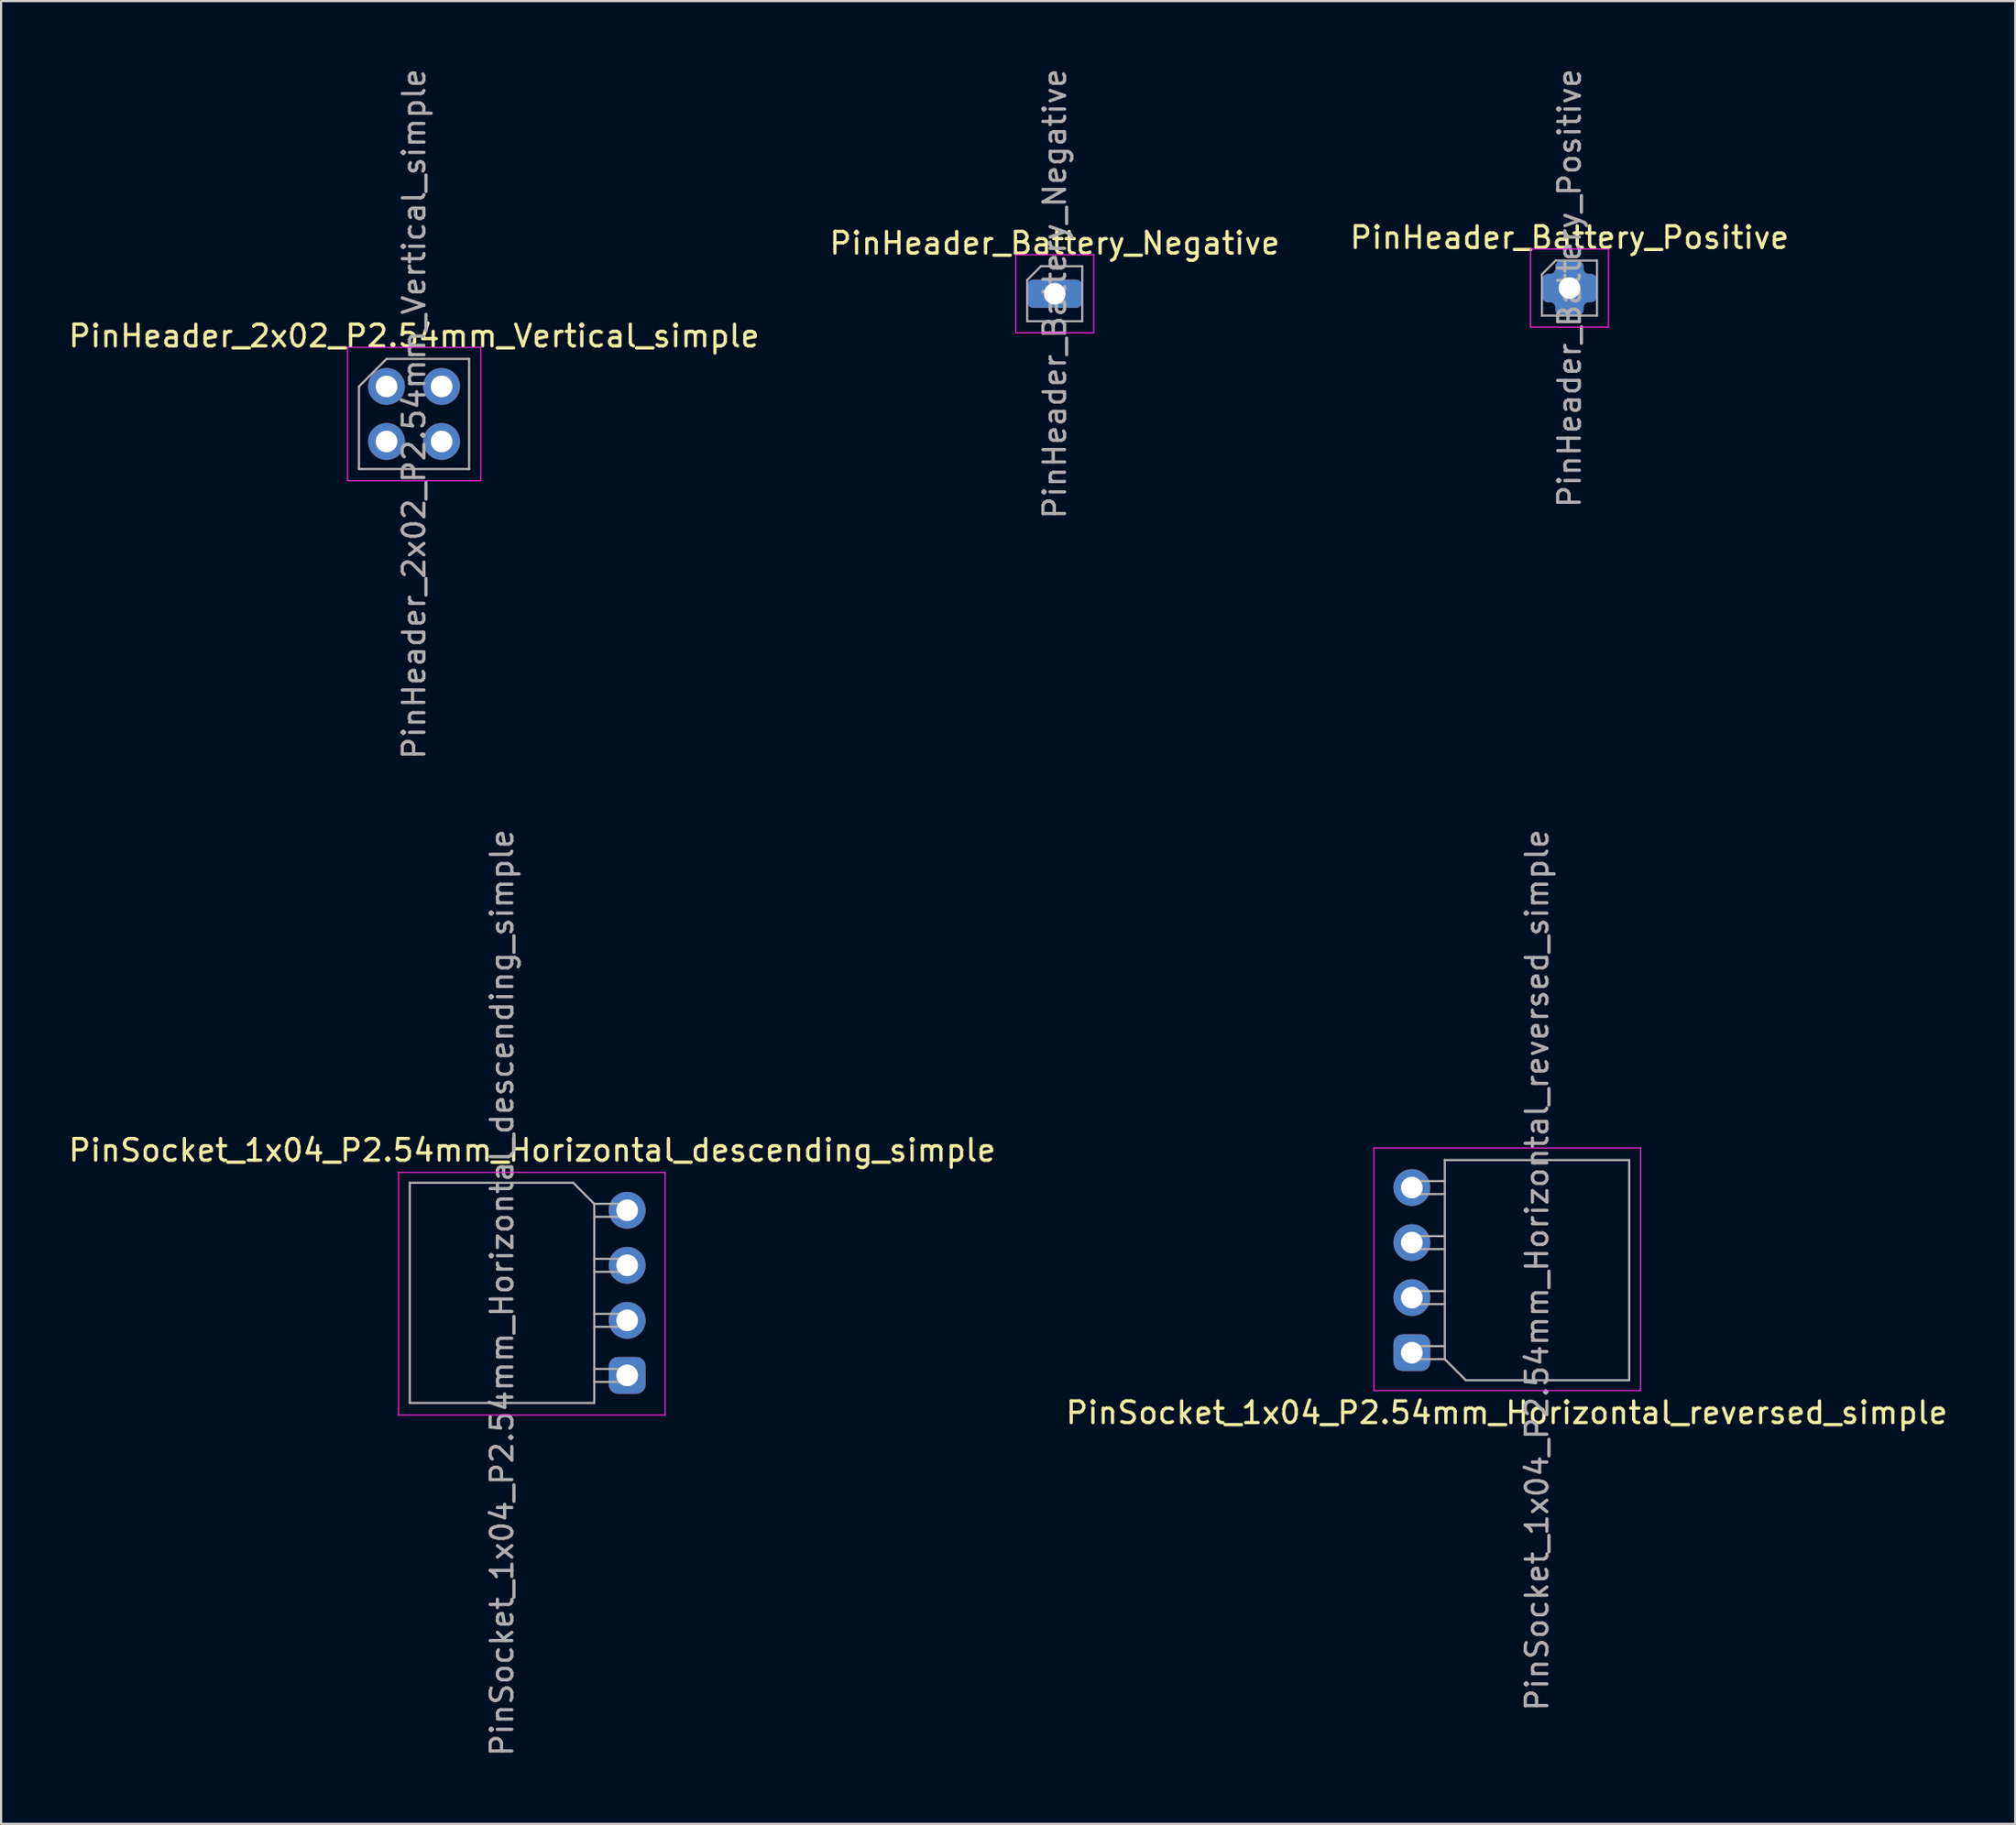
<source format=kicad_pcb>
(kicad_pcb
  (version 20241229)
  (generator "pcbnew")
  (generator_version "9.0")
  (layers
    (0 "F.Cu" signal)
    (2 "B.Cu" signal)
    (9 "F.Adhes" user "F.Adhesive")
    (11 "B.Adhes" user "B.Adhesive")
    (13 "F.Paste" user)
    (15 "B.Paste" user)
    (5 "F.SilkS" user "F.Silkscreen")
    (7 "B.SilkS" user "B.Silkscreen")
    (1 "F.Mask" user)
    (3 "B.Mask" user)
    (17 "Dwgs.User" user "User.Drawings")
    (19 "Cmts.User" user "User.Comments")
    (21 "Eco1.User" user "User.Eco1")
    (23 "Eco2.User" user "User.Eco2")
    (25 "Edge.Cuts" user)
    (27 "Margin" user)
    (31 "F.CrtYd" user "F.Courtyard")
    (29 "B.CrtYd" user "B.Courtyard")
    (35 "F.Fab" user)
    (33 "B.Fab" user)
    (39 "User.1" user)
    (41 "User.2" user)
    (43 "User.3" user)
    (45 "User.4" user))
  (footprint "PinSocket_1x04_P2.54mm_Horizontal_descending_simple"
    (layer "F.Cu")
    (at 25.886 52.803)
    (property "Reference" "PinSocket_1x04_P2.54mm_Horizontal_descending_simple" (at -4.38 -2.77 0) (layer "F.SilkS") (effects (font (size 1 1) (thickness 0.15))))
    (attr through_hole)
    (fp_line (start -10.55 -1.75) (end -10.55 9.45) (stroke (width 0.05) (type solid)) (layer "F.CrtYd"))
    (fp_line (start -10.55 9.45) (end 1.75 9.45) (stroke (width 0.05) (type solid)) (layer "F.CrtYd"))
    (fp_line (start 1.75 -1.75) (end -10.55 -1.75) (stroke (width 0.05) (type solid)) (layer "F.CrtYd"))
    (fp_line (start 1.75 9.45) (end 1.75 -1.75) (stroke (width 0.05) (type solid)) (layer "F.CrtYd"))
    (fp_line (start -10.03 -1.27) (end -2.49 -1.27) (stroke (width 0.1) (type solid)) (layer "F.Fab"))
    (fp_line (start -10.03 8.89) (end -10.03 -1.27) (stroke (width 0.1) (type solid)) (layer "F.Fab"))
    (fp_line (start -2.49 -1.27) (end -1.52 -0.3) (stroke (width 0.1) (type solid)) (layer "F.Fab"))
    (fp_line (start -1.52 -0.3) (end -1.52 8.89) (stroke (width 0.1) (type solid)) (layer "F.Fab"))
    (fp_line (start -1.52 0.3) (end 0 0.3) (stroke (width 0.1) (type solid)) (layer "F.Fab"))
    (fp_line (start -1.52 2.84) (end 0 2.84) (stroke (width 0.1) (type solid)) (layer "F.Fab"))
    (fp_line (start -1.52 5.38) (end 0 5.38) (stroke (width 0.1) (type solid)) (layer "F.Fab"))
    (fp_line (start -1.52 7.92) (end 0 7.92) (stroke (width 0.1) (type solid)) (layer "F.Fab"))
    (fp_line (start -1.52 8.89) (end -10.03 8.89) (stroke (width 0.1) (type solid)) (layer "F.Fab"))
    (fp_line (start 0 -0.3) (end -1.52 -0.3) (stroke (width 0.1) (type solid)) (layer "F.Fab"))
    (fp_line (start 0 0.3) (end 0 -0.3) (stroke (width 0.1) (type solid)) (layer "F.Fab"))
    (fp_line (start 0 2.24) (end -1.52 2.24) (stroke (width 0.1) (type solid)) (layer "F.Fab"))
    (fp_line (start 0 2.84) (end 0 2.24) (stroke (width 0.1) (type solid)) (layer "F.Fab"))
    (fp_line (start 0 4.78) (end -1.52 4.78) (stroke (width 0.1) (type solid)) (layer "F.Fab"))
    (fp_line (start 0 5.38) (end 0 4.78) (stroke (width 0.1) (type solid)) (layer "F.Fab"))
    (fp_line (start 0 7.32) (end -1.52 7.32) (stroke (width 0.1) (type solid)) (layer "F.Fab"))
    (fp_line (start 0 7.92) (end 0 7.32) (stroke (width 0.1) (type solid)) (layer "F.Fab"))
    (fp_text user "${REFERENCE}" (at -5.775 3.81 90) (layer "F.Fab") (effects (font (size 1 1) (thickness 0.15))))
    (pad "1" thru_hole roundrect (at 0 7.62) (size 1.7 1.7) (drill 1) (layers "*.Cu" "*.Mask") (roundrect_rratio 0.25))
    (pad "2" thru_hole oval (at 0 5.08) (size 1.7 1.7) (drill 1) (layers "*.Cu" "*.Mask"))
    (pad "3" thru_hole oval (at 0 2.54) (size 1.7 1.7) (drill 1) (layers "*.Cu" "*.Mask"))
    (pad "4" thru_hole oval (at 0 0) (size 1.7 1.7) (drill 1) (layers "*.Cu" "*.Mask")))
  (footprint "PinSocket_1x04_P2.54mm_Horizontal_reversed_simple"
    (layer "F.Cu")
    (at 62.09 59.375)
    (property "Reference" "PinSocket_1x04_P2.54mm_Horizontal_reversed_simple" (at 4.38 2.77 180) (layer "F.SilkS") (effects (font (size 1 1) (thickness 0.15))))
    (attr through_hole)
    (fp_line (start -1.75 -9.45) (end -1.75 1.75) (stroke (width 0.05) (type solid)) (layer "F.CrtYd"))
    (fp_line (start -1.75 1.75) (end 10.55 1.75) (stroke (width 0.05) (type solid)) (layer "F.CrtYd"))
    (fp_line (start 10.55 -9.45) (end -1.75 -9.45) (stroke (width 0.05) (type solid)) (layer "F.CrtYd"))
    (fp_line (start 10.55 1.75) (end 10.55 -9.45) (stroke (width 0.05) (type solid)) (layer "F.CrtYd"))
    (fp_line (start 0 -7.92) (end 0 -7.32) (stroke (width 0.1) (type solid)) (layer "F.Fab"))
    (fp_line (start 0 -7.32) (end 1.52 -7.32) (stroke (width 0.1) (type solid)) (layer "F.Fab"))
    (fp_line (start 0 -5.38) (end 0 -4.78) (stroke (width 0.1) (type solid)) (layer "F.Fab"))
    (fp_line (start 0 -4.78) (end 1.52 -4.78) (stroke (width 0.1) (type solid)) (layer "F.Fab"))
    (fp_line (start 0 -2.84) (end 0 -2.24) (stroke (width 0.1) (type solid)) (layer "F.Fab"))
    (fp_line (start 0 -2.24) (end 1.52 -2.24) (stroke (width 0.1) (type solid)) (layer "F.Fab"))
    (fp_line (start 0 -0.3) (end 0 0.3) (stroke (width 0.1) (type solid)) (layer "F.Fab"))
    (fp_line (start 0 0.3) (end 1.52 0.3) (stroke (width 0.1) (type solid)) (layer "F.Fab"))
    (fp_line (start 1.52 -8.89) (end 10.03 -8.89) (stroke (width 0.1) (type solid)) (layer "F.Fab"))
    (fp_line (start 1.52 -7.92) (end 0 -7.92) (stroke (width 0.1) (type solid)) (layer "F.Fab"))
    (fp_line (start 1.52 -5.38) (end 0 -5.38) (stroke (width 0.1) (type solid)) (layer "F.Fab"))
    (fp_line (start 1.52 -2.84) (end 0 -2.84) (stroke (width 0.1) (type solid)) (layer "F.Fab"))
    (fp_line (start 1.52 -0.3) (end 0 -0.3) (stroke (width 0.1) (type solid)) (layer "F.Fab"))
    (fp_line (start 1.52 0.3) (end 1.52 -8.89) (stroke (width 0.1) (type solid)) (layer "F.Fab"))
    (fp_line (start 2.49 1.27) (end 1.52 0.3) (stroke (width 0.1) (type solid)) (layer "F.Fab"))
    (fp_line (start 10.03 -8.89) (end 10.03 1.27) (stroke (width 0.1) (type solid)) (layer "F.Fab"))
    (fp_line (start 10.03 1.27) (end 2.49 1.27) (stroke (width 0.1) (type solid)) (layer "F.Fab"))
    (fp_text user "${REFERENCE}" (at 5.775 -3.81 270) (layer "F.Fab") (effects (font (size 1 1) (thickness 0.15))))
    (pad "1" thru_hole roundrect (at 0 0 180) (size 1.7 1.7) (drill 1) (layers "*.Cu" "*.Mask") (roundrect_rratio 0.25))
    (pad "2" thru_hole oval (at 0 -2.54 180) (size 1.7 1.7) (drill 1) (layers "*.Cu" "*.Mask"))
    (pad "3" thru_hole oval (at 0 -5.08 180) (size 1.7 1.7) (drill 1) (layers "*.Cu" "*.Mask"))
    (pad "4" thru_hole oval (at 0 -7.62 180) (size 1.7 1.7) (drill 1) (layers "*.Cu" "*.Mask")))
  (footprint "PinHeader_2x02_P2.54mm_Vertical_simple"
    (layer "F.Cu")
    (at 14.784 14.784)
    (property "Reference" "PinHeader_2x02_P2.54mm_Vertical_simple" (at 1.27 -2.33 0) (layer "F.SilkS") (effects (font (size 1 1) (thickness 0.15))))
    (attr through_hole)
    (fp_line (start -1.8 -1.8) (end -1.8 4.35) (stroke (width 0.05) (type solid)) (layer "F.CrtYd"))
    (fp_line (start -1.8 4.35) (end 4.35 4.35) (stroke (width 0.05) (type solid)) (layer "F.CrtYd"))
    (fp_line (start 4.35 -1.8) (end -1.8 -1.8) (stroke (width 0.05) (type solid)) (layer "F.CrtYd"))
    (fp_line (start 4.35 4.35) (end 4.35 -1.8) (stroke (width 0.05) (type solid)) (layer "F.CrtYd"))
    (fp_line (start -1.27 0) (end 0 -1.27) (stroke (width 0.1) (type solid)) (layer "F.Fab"))
    (fp_line (start -1.27 3.81) (end -1.27 0) (stroke (width 0.1) (type solid)) (layer "F.Fab"))
    (fp_line (start 0 -1.27) (end 3.81 -1.27) (stroke (width 0.1) (type solid)) (layer "F.Fab"))
    (fp_line (start 3.81 -1.27) (end 3.81 3.81) (stroke (width 0.1) (type solid)) (layer "F.Fab"))
    (fp_line (start 3.81 3.81) (end -1.27 3.81) (stroke (width 0.1) (type solid)) (layer "F.Fab"))
    (fp_text user "${REFERENCE}" (at 1.27 1.27 90) (layer "F.Fab") (effects (font (size 1 1) (thickness 0.15))))
    (pad "1" thru_hole circle (at 0 0) (size 1.7 1.7) (drill 1) (layers "*.Cu" "*.Mask"))
    (pad "2" thru_hole oval (at 2.54 0) (size 1.7 1.7) (drill 1) (layers "*.Cu" "*.Mask"))
    (pad "3" thru_hole oval (at 0 2.54) (size 1.7 1.7) (drill 1) (layers "*.Cu" "*.Mask"))
    (pad "4" thru_hole oval (at 2.54 2.54) (size 1.7 1.7) (drill 1) (layers "*.Cu" "*.Mask")))
  (footprint "PinHeader_Battery_Positive"
    (layer "F.Cu")
    (at 69.363 10.244)
    (property "Reference" "PinHeader_Battery_Positive" (at 0 -2.33 0) (layer "F.SilkS") (effects (font (size 1 1) (thickness 0.15))))
    (attr through_hole)
    (fp_line (start -1.8 -1.8) (end -1.8 1.8) (stroke (width 0.05) (type solid)) (layer "F.CrtYd"))
    (fp_line (start -1.8 1.8) (end 1.8 1.8) (stroke (width 0.05) (type solid)) (layer "F.CrtYd"))
    (fp_line (start 1.8 -1.8) (end -1.8 -1.8) (stroke (width 0.05) (type solid)) (layer "F.CrtYd"))
    (fp_line (start 1.8 1.8) (end 1.8 -1.8) (stroke (width 0.05) (type solid)) (layer "F.CrtYd"))
    (fp_line (start -1.27 -0.635) (end -0.635 -1.27) (stroke (width 0.1) (type solid)) (layer "F.Fab"))
    (fp_line (start -1.27 1.27) (end -1.27 -0.635) (stroke (width 0.1) (type solid)) (layer "F.Fab"))
    (fp_line (start -0.635 -1.27) (end 1.27 -1.27) (stroke (width 0.1) (type solid)) (layer "F.Fab"))
    (fp_line (start 1.27 -1.27) (end 1.27 1.27) (stroke (width 0.1) (type solid)) (layer "F.Fab"))
    (fp_line (start 1.27 1.27) (end -1.27 1.27) (stroke (width 0.1) (type solid)) (layer "F.Fab"))
    (fp_text user "${REFERENCE}" (at 0 0 90) (layer "F.Fab") (effects (font (size 1 1) (thickness 0.15))))
    (pad "1" thru_hole custom (at 0 0) (size 1.3 1.3) (drill 1) (layers "*.Cu" "*.Mask") (options (anchor rect)) (primitives (gr_poly (pts (arc (start -1 -0.65) (mid -1.176777 -0.576777) (end -1.25 -0.4)) (arc (start -1.25 0.4) (mid -1.176777 0.576777) (end -1 0.65)) (arc (start -0.9 0.65) (mid -0.723223 0.723223) (end -0.65 0.9)) (arc (start -0.65 1) (mid -0.576777 1.176777) (end -0.4 1.25)) (arc (start 0.4 1.25) (mid 0.576777 1.176777) (end 0.65 1)) (arc (start 0.65 0.9) (mid 0.723223 0.723223) (end 0.9 0.65)) (arc (start 1 0.65) (mid 1.176777 0.576777) (end 1.25 0.4)) (arc (start 1.25 -0.4) (mid 1.176777 -0.576777) (end 1 -0.65)) (arc (start 0.9 -0.65) (mid 0.723223 -0.723223) (end 0.65 -0.9)) (arc (start 0.65 -1) (mid 0.576777 -1.176777) (end 0.4 -1.25)) (arc (start -0.4 -1.25) (mid -0.576777 -1.176777) (end -0.65 -1)) (arc (start -0.65 -0.9) (mid -0.723223 -0.723223) (end -0.9 -0.65))) (width 0) (fill yes)))))
  (footprint "PinHeader_Battery_Negative"
    (layer "F.Cu")
    (at 45.613 10.506)
    (property "Reference" "PinHeader_Battery_Negative" (at 0 -2.33 0) (layer "F.SilkS") (effects (font (size 1 1) (thickness 0.15))))
    (attr through_hole)
    (fp_line (start -1.8 -1.8) (end -1.8 1.8) (stroke (width 0.05) (type solid)) (layer "F.CrtYd"))
    (fp_line (start -1.8 1.8) (end 1.8 1.8) (stroke (width 0.05) (type solid)) (layer "F.CrtYd"))
    (fp_line (start 1.8 -1.8) (end -1.8 -1.8) (stroke (width 0.05) (type solid)) (layer "F.CrtYd"))
    (fp_line (start 1.8 1.8) (end 1.8 -1.8) (stroke (width 0.05) (type solid)) (layer "F.CrtYd"))
    (fp_line (start -1.27 -0.635) (end -0.635 -1.27) (stroke (width 0.1) (type solid)) (layer "F.Fab"))
    (fp_line (start -1.27 1.27) (end -1.27 -0.635) (stroke (width 0.1) (type solid)) (layer "F.Fab"))
    (fp_line (start -0.635 -1.27) (end 1.27 -1.27) (stroke (width 0.1) (type solid)) (layer "F.Fab"))
    (fp_line (start 1.27 -1.27) (end 1.27 1.27) (stroke (width 0.1) (type solid)) (layer "F.Fab"))
    (fp_line (start 1.27 1.27) (end -1.27 1.27) (stroke (width 0.1) (type solid)) (layer "F.Fab"))
    (fp_text user "${REFERENCE}" (at 0 0 90) (layer "F.Fab") (effects (font (size 1 1) (thickness 0.15))))
    (pad "1" thru_hole roundrect (at 0 0) (size 2.5 1.3) (drill 1) (layers "*.Cu" "*.Mask") (roundrect_rratio 0.192)))
  (gr_rect
    (start -3 -3)
    (end 89.929 81.119)
    (stroke (width 0.1) (type default))
    (fill no)
    (layer "Edge.Cuts")))
</source>
